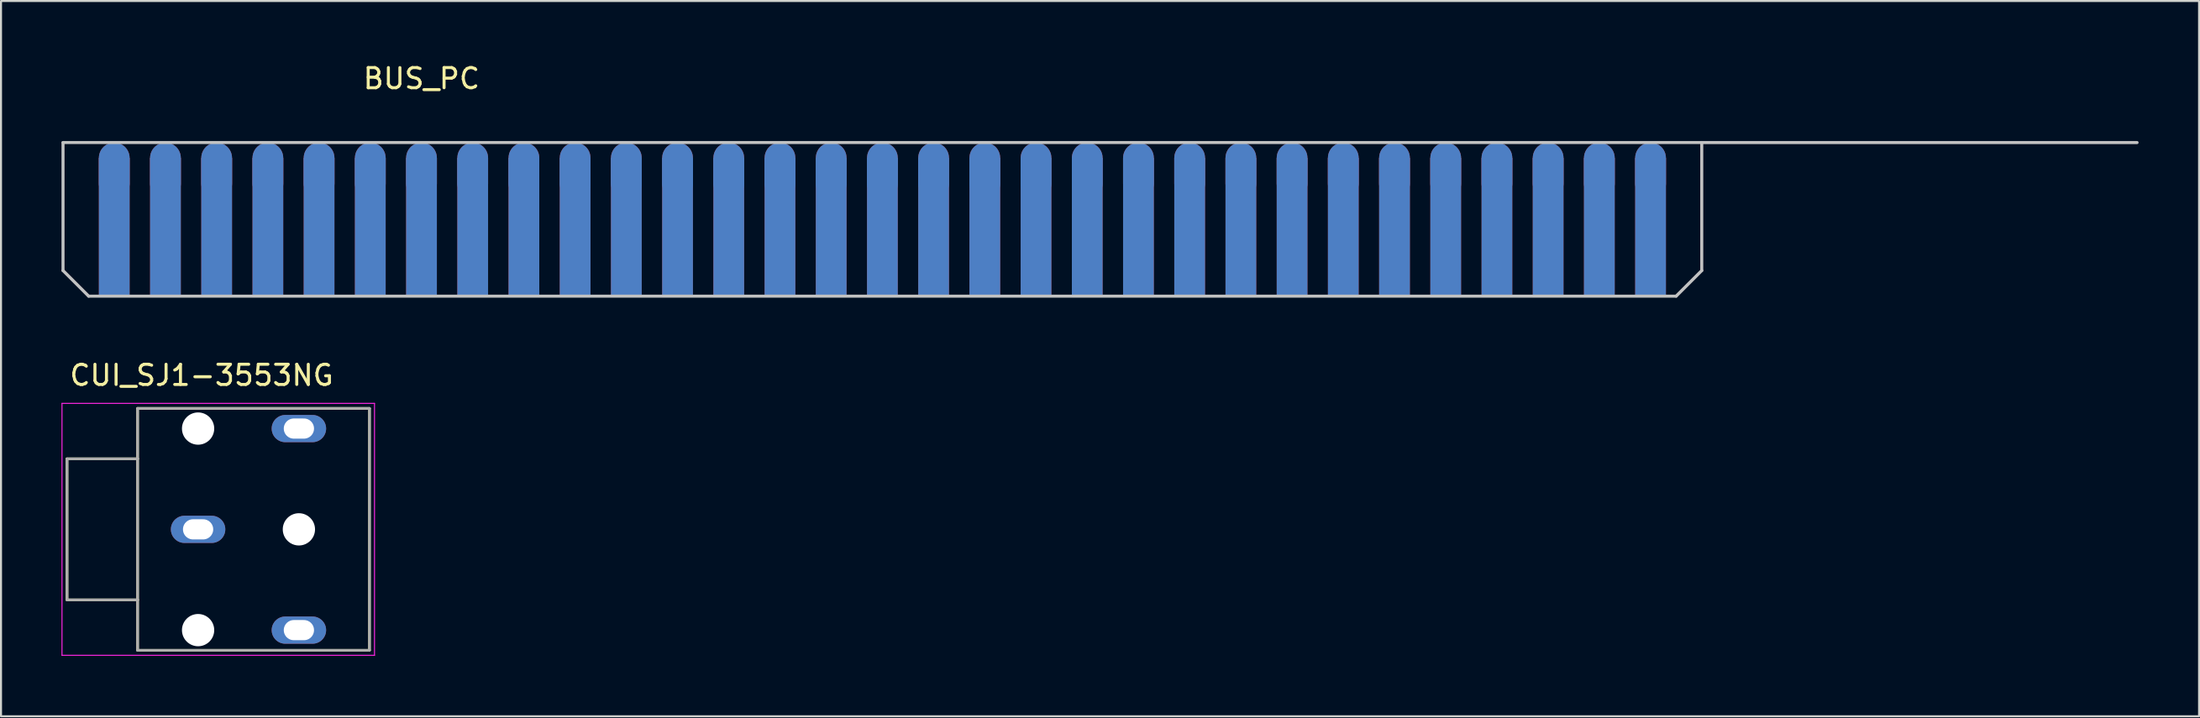
<source format=kicad_pcb>
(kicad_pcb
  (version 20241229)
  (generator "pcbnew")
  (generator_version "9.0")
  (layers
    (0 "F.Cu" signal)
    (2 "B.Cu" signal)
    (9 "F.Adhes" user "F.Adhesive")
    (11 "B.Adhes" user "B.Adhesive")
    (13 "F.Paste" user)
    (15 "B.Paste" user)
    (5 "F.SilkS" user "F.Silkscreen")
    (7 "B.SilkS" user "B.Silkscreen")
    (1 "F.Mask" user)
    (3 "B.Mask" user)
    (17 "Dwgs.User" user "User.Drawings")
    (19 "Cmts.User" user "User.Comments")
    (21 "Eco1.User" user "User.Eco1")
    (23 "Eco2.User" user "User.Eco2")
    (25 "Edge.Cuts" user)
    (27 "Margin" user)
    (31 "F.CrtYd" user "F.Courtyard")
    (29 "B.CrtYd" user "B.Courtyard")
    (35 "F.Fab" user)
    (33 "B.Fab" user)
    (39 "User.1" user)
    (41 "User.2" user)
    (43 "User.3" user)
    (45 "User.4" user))
  (footprint "BUS_PC"
    (layer "F.Cu")
    (at 40.716 7.833)
    (property "Reference" "BUS_PC" (at -22.86 -6.985 0) (layer "F.SilkS") (effects (font (size 1 1) (thickness 0.15))))
    (attr through_hole)
    (fp_line (start -38.1 -3.048) (end -38.1 -1.778) (stroke (width 1.524) (type solid)) (layer "F.Cu"))
    (fp_line (start -35.56 -3.048) (end -35.56 -1.778) (stroke (width 1.524) (type solid)) (layer "F.Cu"))
    (fp_line (start -33.02 -3.048) (end -33.02 -1.778) (stroke (width 1.524) (type solid)) (layer "F.Cu"))
    (fp_line (start -30.48 -3.048) (end -30.48 -1.778) (stroke (width 1.524) (type solid)) (layer "F.Cu"))
    (fp_line (start -27.94 -3.048) (end -27.94 -1.778) (stroke (width 1.524) (type solid)) (layer "F.Cu"))
    (fp_line (start -25.4 -3.048) (end -25.4 -1.778) (stroke (width 1.524) (type solid)) (layer "F.Cu"))
    (fp_line (start -22.86 -3.048) (end -22.86 -1.778) (stroke (width 1.524) (type solid)) (layer "F.Cu"))
    (fp_line (start -20.32 -3.048) (end -20.32 -1.778) (stroke (width 1.524) (type solid)) (layer "F.Cu"))
    (fp_line (start -17.78 -3.048) (end -17.78 -1.778) (stroke (width 1.524) (type solid)) (layer "F.Cu"))
    (fp_line (start -15.24 -3.048) (end -15.24 -1.778) (stroke (width 1.524) (type solid)) (layer "F.Cu"))
    (fp_line (start -12.7 -3.048) (end -12.7 -1.778) (stroke (width 1.524) (type solid)) (layer "F.Cu"))
    (fp_line (start -10.16 -3.048) (end -10.16 -1.778) (stroke (width 1.524) (type solid)) (layer "F.Cu"))
    (fp_line (start -7.62 -3.048) (end -7.62 -1.778) (stroke (width 1.524) (type solid)) (layer "F.Cu"))
    (fp_line (start -5.08 -3.048) (end -5.08 -1.778) (stroke (width 1.524) (type solid)) (layer "F.Cu"))
    (fp_line (start -2.54 -3.048) (end -2.54 -1.778) (stroke (width 1.524) (type solid)) (layer "F.Cu"))
    (fp_line (start 0 -3.048) (end 0 -1.778) (stroke (width 1.524) (type solid)) (layer "F.Cu"))
    (fp_line (start 2.54 -3.048) (end 2.54 -1.778) (stroke (width 1.524) (type solid)) (layer "F.Cu"))
    (fp_line (start 5.08 -3.048) (end 5.08 -1.778) (stroke (width 1.524) (type solid)) (layer "F.Cu"))
    (fp_line (start 7.62 -3.048) (end 7.62 -1.778) (stroke (width 1.524) (type solid)) (layer "F.Cu"))
    (fp_line (start 10.16 -3.048) (end 10.16 -1.778) (stroke (width 1.524) (type solid)) (layer "F.Cu"))
    (fp_line (start 12.7 -3.048) (end 12.7 -1.778) (stroke (width 1.524) (type solid)) (layer "F.Cu"))
    (fp_line (start 15.24 -3.048) (end 15.24 -1.778) (stroke (width 1.524) (type solid)) (layer "F.Cu"))
    (fp_line (start 17.78 -3.048) (end 17.78 -1.778) (stroke (width 1.524) (type solid)) (layer "F.Cu"))
    (fp_line (start 20.32 -3.048) (end 20.32 -1.778) (stroke (width 1.524) (type solid)) (layer "F.Cu"))
    (fp_line (start 22.86 -3.048) (end 22.86 -1.778) (stroke (width 1.524) (type solid)) (layer "F.Cu"))
    (fp_line (start 25.4 -3.048) (end 25.4 -1.778) (stroke (width 1.524) (type solid)) (layer "F.Cu"))
    (fp_line (start 27.94 -3.048) (end 27.94 -1.778) (stroke (width 1.524) (type solid)) (layer "F.Cu"))
    (fp_line (start 30.48 -3.048) (end 30.48 -1.778) (stroke (width 1.524) (type solid)) (layer "F.Cu"))
    (fp_line (start 33.02 -3.048) (end 33.02 -1.778) (stroke (width 1.524) (type solid)) (layer "F.Cu"))
    (fp_line (start 35.56 -3.048) (end 35.56 -1.778) (stroke (width 1.524) (type solid)) (layer "F.Cu"))
    (fp_line (start 38.1 -3.048) (end 38.1 -1.778) (stroke (width 1.524) (type solid)) (layer "F.Cu"))
    (fp_line (start -38.1 -3.048) (end -38.1 -1.778) (stroke (width 1.524) (type solid)) (layer "B.Cu"))
    (fp_line (start -35.56 -3.048) (end -35.56 -1.778) (stroke (width 1.524) (type solid)) (layer "B.Cu"))
    (fp_line (start -33.02 -3.048) (end -33.02 -1.778) (stroke (width 1.524) (type solid)) (layer "B.Cu"))
    (fp_line (start -30.48 -3.048) (end -30.48 -1.778) (stroke (width 1.524) (type solid)) (layer "B.Cu"))
    (fp_line (start -27.94 -3.048) (end -27.94 -1.778) (stroke (width 1.524) (type solid)) (layer "B.Cu"))
    (fp_line (start -25.4 -3.048) (end -25.4 -1.778) (stroke (width 1.524) (type solid)) (layer "B.Cu"))
    (fp_line (start -22.86 -3.048) (end -22.86 -1.778) (stroke (width 1.524) (type solid)) (layer "B.Cu"))
    (fp_line (start -20.32 -3.048) (end -20.32 -1.778) (stroke (width 1.524) (type solid)) (layer "B.Cu"))
    (fp_line (start -17.78 -3.048) (end -17.78 -1.778) (stroke (width 1.524) (type solid)) (layer "B.Cu"))
    (fp_line (start -15.24 -3.048) (end -15.24 -1.778) (stroke (width 1.524) (type solid)) (layer "B.Cu"))
    (fp_line (start -12.7 -3.048) (end -12.7 -1.778) (stroke (width 1.524) (type solid)) (layer "B.Cu"))
    (fp_line (start -10.16 -3.048) (end -10.16 -1.778) (stroke (width 1.524) (type solid)) (layer "B.Cu"))
    (fp_line (start -7.62 -3.048) (end -7.62 -1.778) (stroke (width 1.524) (type solid)) (layer "B.Cu"))
    (fp_line (start -5.08 -3.048) (end -5.08 -1.778) (stroke (width 1.524) (type solid)) (layer "B.Cu"))
    (fp_line (start -2.54 -3.048) (end -2.54 -1.778) (stroke (width 1.524) (type solid)) (layer "B.Cu"))
    (fp_line (start 0 -3.048) (end 0 -1.778) (stroke (width 1.524) (type solid)) (layer "B.Cu"))
    (fp_line (start 2.54 -3.048) (end 2.54 -1.778) (stroke (width 1.524) (type solid)) (layer "B.Cu"))
    (fp_line (start 5.08 -3.048) (end 5.08 -1.778) (stroke (width 1.524) (type solid)) (layer "B.Cu"))
    (fp_line (start 7.62 -3.048) (end 7.62 -1.778) (stroke (width 1.524) (type solid)) (layer "B.Cu"))
    (fp_line (start 10.16 -3.048) (end 10.16 -1.778) (stroke (width 1.524) (type solid)) (layer "B.Cu"))
    (fp_line (start 12.7 -3.048) (end 12.7 -1.778) (stroke (width 1.524) (type solid)) (layer "B.Cu"))
    (fp_line (start 15.24 -3.048) (end 15.24 -1.778) (stroke (width 1.524) (type solid)) (layer "B.Cu"))
    (fp_line (start 17.78 -3.048) (end 17.78 -1.778) (stroke (width 1.524) (type solid)) (layer "B.Cu"))
    (fp_line (start 20.32 -3.048) (end 20.32 -1.778) (stroke (width 1.524) (type solid)) (layer "B.Cu"))
    (fp_line (start 22.86 -3.048) (end 22.86 -1.778) (stroke (width 1.524) (type solid)) (layer "B.Cu"))
    (fp_line (start 25.4 -3.048) (end 25.4 -1.778) (stroke (width 1.524) (type solid)) (layer "B.Cu"))
    (fp_line (start 27.94 -3.048) (end 27.94 -1.778) (stroke (width 1.524) (type solid)) (layer "B.Cu"))
    (fp_line (start 30.48 -3.048) (end 30.48 -1.778) (stroke (width 1.524) (type solid)) (layer "B.Cu"))
    (fp_line (start 33.02 -3.048) (end 33.02 -1.778) (stroke (width 1.524) (type solid)) (layer "B.Cu"))
    (fp_line (start 35.56 -3.048) (end 35.56 -1.778) (stroke (width 1.524) (type solid)) (layer "B.Cu"))
    (fp_line (start 38.1 -3.048) (end 38.1 -1.778) (stroke (width 1.524) (type solid)) (layer "B.Cu"))
    (fp_line (start -40.64 -3.81) (end 40.64 -3.81) (stroke (width 0.15) (type solid)) (layer "Dwgs.User"))
    (fp_line (start -40.64 2.54) (end -40.64 -3.81) (stroke (width 0.15) (type solid)) (layer "Dwgs.User"))
    (fp_line (start -39.37 3.81) (end -40.64 2.54) (stroke (width 0.152) (type solid)) (layer "Dwgs.User"))
    (fp_line (start 39.37 3.81) (end -39.37 3.81) (stroke (width 0.15) (type solid)) (layer "Dwgs.User"))
    (fp_line (start 40.64 -3.81) (end 40.64 2.54) (stroke (width 0.15) (type solid)) (layer "Dwgs.User"))
    (fp_line (start 40.64 2.54) (end 39.37 3.81) (stroke (width 0.152) (type solid)) (layer "Dwgs.User"))
    (fp_line (start 62.23 -3.81) (end 40.64 -3.81) (stroke (width 0.152) (type solid)) (layer "Dwgs.User"))
    (pad "1" connect rect (at 38.1 0.381) (size 1.524 6.858) (layers "B.Cu" "B.Mask"))
    (pad "2" connect rect (at 35.56 0.381) (size 1.524 6.858) (layers "B.Cu" "B.Mask"))
    (pad "3" connect rect (at 33.02 0.381) (size 1.524 6.858) (layers "B.Cu" "B.Mask"))
    (pad "4" connect rect (at 30.48 0.381) (size 1.524 6.858) (layers "B.Cu" "B.Mask"))
    (pad "5" connect rect (at 27.94 0.381) (size 1.524 6.858) (layers "B.Cu" "B.Mask"))
    (pad "6" connect rect (at 25.4 0.381) (size 1.524 6.858) (layers "B.Cu" "B.Mask"))
    (pad "7" connect rect (at 22.86 0.381) (size 1.524 6.858) (layers "B.Cu" "B.Mask"))
    (pad "8" connect rect (at 20.32 0.381) (size 1.524 6.858) (layers "B.Cu" "B.Mask"))
    (pad "9" connect rect (at 17.78 0.381) (size 1.524 6.858) (layers "B.Cu" "B.Mask"))
    (pad "10" connect rect (at 15.24 0.381) (size 1.524 6.858) (layers "B.Cu" "B.Mask"))
    (pad "11" connect rect (at 12.7 0.381) (size 1.524 6.858) (layers "B.Cu" "B.Mask"))
    (pad "12" connect rect (at 10.16 0.381) (size 1.524 6.858) (layers "B.Cu" "B.Mask"))
    (pad "13" connect rect (at 7.62 0.381) (size 1.524 6.858) (layers "B.Cu" "B.Mask"))
    (pad "14" connect rect (at 5.08 0.381) (size 1.524 6.858) (layers "B.Cu" "B.Mask"))
    (pad "15" connect rect (at 2.54 0.381) (size 1.524 6.858) (layers "B.Cu" "B.Mask"))
    (pad "16" connect rect (at 0 0.381) (size 1.524 6.858) (layers "B.Cu" "B.Mask"))
    (pad "17" connect rect (at -2.54 0.381) (size 1.524 6.858) (layers "B.Cu" "B.Mask"))
    (pad "18" connect rect (at -5.08 0.381) (size 1.524 6.858) (layers "B.Cu" "B.Mask"))
    (pad "19" connect rect (at -7.62 0.381) (size 1.524 6.858) (layers "B.Cu" "B.Mask"))
    (pad "20" connect rect (at -10.16 0.381) (size 1.524 6.858) (layers "B.Cu" "B.Mask"))
    (pad "21" connect rect (at -12.7 0.381) (size 1.524 6.858) (layers "B.Cu" "B.Mask"))
    (pad "22" connect rect (at -15.24 0.381) (size 1.524 6.858) (layers "B.Cu" "B.Mask"))
    (pad "23" connect rect (at -17.78 0.381) (size 1.524 6.858) (layers "B.Cu" "B.Mask"))
    (pad "24" connect rect (at -20.32 0.381) (size 1.524 6.858) (layers "B.Cu" "B.Mask"))
    (pad "25" connect rect (at -22.86 0.381) (size 1.524 6.858) (layers "B.Cu" "B.Mask"))
    (pad "26" connect rect (at -25.4 0.381) (size 1.524 6.858) (layers "B.Cu" "B.Mask"))
    (pad "27" connect rect (at -27.94 0.381) (size 1.524 6.858) (layers "B.Cu" "B.Mask"))
    (pad "28" connect rect (at -30.48 0.381) (size 1.524 6.858) (layers "B.Cu" "B.Mask"))
    (pad "29" connect rect (at -33.02 0.381) (size 1.524 6.858) (layers "B.Cu" "B.Mask"))
    (pad "30" connect rect (at -35.56 0.381) (size 1.524 6.858) (layers "B.Cu" "B.Mask"))
    (pad "31" connect rect (at -38.1 0.381) (size 1.524 6.858) (layers "B.Cu" "B.Mask"))
    (pad "32" connect rect (at 38.1 0.381) (size 1.524 6.858) (layers "F.Cu" "F.Mask"))
    (pad "33" connect rect (at 35.56 0.381) (size 1.524 6.858) (layers "F.Cu" "F.Mask"))
    (pad "34" connect rect (at 33.02 0.381) (size 1.524 6.858) (layers "F.Cu" "F.Mask"))
    (pad "35" connect rect (at 30.48 0.381) (size 1.524 6.858) (layers "F.Cu" "F.Mask"))
    (pad "36" connect rect (at 27.94 0.381) (size 1.524 6.858) (layers "F.Cu" "F.Mask"))
    (pad "37" connect rect (at 25.4 0.381) (size 1.524 6.858) (layers "F.Cu" "F.Mask"))
    (pad "38" connect rect (at 22.86 0.381) (size 1.524 6.858) (layers "F.Cu" "F.Mask"))
    (pad "39" connect rect (at 20.32 0.381) (size 1.524 6.858) (layers "F.Cu" "F.Mask"))
    (pad "40" connect rect (at 17.78 0.381) (size 1.524 6.858) (layers "F.Cu" "F.Mask"))
    (pad "41" connect rect (at 15.24 0.381) (size 1.524 6.858) (layers "F.Cu" "F.Mask"))
    (pad "42" connect rect (at 12.7 0.381) (size 1.524 6.858) (layers "F.Cu" "F.Mask"))
    (pad "43" connect rect (at 10.16 0.381) (size 1.524 6.858) (layers "F.Cu" "F.Mask"))
    (pad "44" connect rect (at 7.62 0.381) (size 1.524 6.858) (layers "F.Cu" "F.Mask"))
    (pad "45" connect rect (at 5.08 0.381) (size 1.524 6.858) (layers "F.Cu" "F.Mask"))
    (pad "46" connect rect (at 2.54 0.381) (size 1.524 6.858) (layers "F.Cu" "F.Mask"))
    (pad "47" connect rect (at 0 0.381) (size 1.524 6.858) (layers "F.Cu" "F.Mask"))
    (pad "48" connect rect (at -2.54 0.381) (size 1.524 6.858) (layers "F.Cu" "F.Mask"))
    (pad "49" connect rect (at -5.08 0.381) (size 1.524 6.858) (layers "F.Cu" "F.Mask"))
    (pad "50" connect rect (at -7.62 0.381) (size 1.524 6.858) (layers "F.Cu" "F.Mask"))
    (pad "51" connect rect (at -10.16 0.381) (size 1.524 6.858) (layers "F.Cu" "F.Mask"))
    (pad "52" connect rect (at -12.7 0.381) (size 1.524 6.858) (layers "F.Cu" "F.Mask"))
    (pad "53" connect rect (at -15.24 0.381) (size 1.524 6.858) (layers "F.Cu" "F.Mask"))
    (pad "54" connect rect (at -17.78 0.381) (size 1.524 6.858) (layers "F.Cu" "F.Mask"))
    (pad "55" connect rect (at -20.32 0.381) (size 1.524 6.858) (layers "F.Cu" "F.Mask"))
    (pad "56" connect rect (at -22.86 0.381) (size 1.524 6.858) (layers "F.Cu" "F.Mask"))
    (pad "57" connect rect (at -25.4 0.381) (size 1.524 6.858) (layers "F.Cu" "F.Mask"))
    (pad "58" connect rect (at -27.94 0.381) (size 1.524 6.858) (layers "F.Cu" "F.Mask"))
    (pad "59" connect rect (at -30.48 0.381) (size 1.524 6.858) (layers "F.Cu" "F.Mask"))
    (pad "60" connect rect (at -33.02 0.381) (size 1.524 6.858) (layers "F.Cu" "F.Mask"))
    (pad "61" connect rect (at -35.56 0.381) (size 1.524 6.858) (layers "F.Cu" "F.Mask"))
    (pad "62" connect rect (at -38.1 0.381) (size 1.524 6.858) (layers "F.Cu" "F.Mask")))
  (footprint "CUI_SJ1-3553NG"
    (layer "F.Cu")
    (at 6.775 23.213)
    (property "Reference" "CUI_SJ1-3553NG" (at 0.175 -7.645 0) (layer "F.SilkS") (effects (font (size 1.001 1.001) (thickness 0.15))))
    (attr through_hole)
    (fp_line (start -6.5 -3.5) (end -3 -3.5) (stroke (width 0.127) (type solid)) (layer "F.SilkS"))
    (fp_line (start -6.5 3.5) (end -6.5 -3.5) (stroke (width 0.127) (type solid)) (layer "F.SilkS"))
    (fp_line (start -3 -6) (end 8.5 -6) (stroke (width 0.127) (type solid)) (layer "F.SilkS"))
    (fp_line (start -3 -3.5) (end -3 -6) (stroke (width 0.127) (type solid)) (layer "F.SilkS"))
    (fp_line (start -3 -3.5) (end -3 3.5) (stroke (width 0.127) (type solid)) (layer "F.SilkS"))
    (fp_line (start -3 3.5) (end -6.5 3.5) (stroke (width 0.127) (type solid)) (layer "F.SilkS"))
    (fp_line (start -3 6) (end -3 3.5) (stroke (width 0.127) (type solid)) (layer "F.SilkS"))
    (fp_line (start 8.5 -6) (end 8.5 6) (stroke (width 0.127) (type solid)) (layer "F.SilkS"))
    (fp_line (start 8.5 6) (end -3 6) (stroke (width 0.127) (type solid)) (layer "F.SilkS"))
    (fp_line (start -6.75 -6.25) (end 8.75 -6.25) (stroke (width 0.05) (type solid)) (layer "F.CrtYd"))
    (fp_line (start -6.75 6.25) (end -6.75 -6.25) (stroke (width 0.05) (type solid)) (layer "F.CrtYd"))
    (fp_line (start 8.75 -6.25) (end 8.75 6.25) (stroke (width 0.05) (type solid)) (layer "F.CrtYd"))
    (fp_line (start 8.75 6.25) (end -6.75 6.25) (stroke (width 0.05) (type solid)) (layer "F.CrtYd"))
    (fp_line (start -6.5 -3.5) (end -3 -3.5) (stroke (width 0.127) (type solid)) (layer "F.Fab"))
    (fp_line (start -6.5 3.5) (end -6.5 -3.5) (stroke (width 0.127) (type solid)) (layer "F.Fab"))
    (fp_line (start -3 -6) (end 8.5 -6) (stroke (width 0.127) (type solid)) (layer "F.Fab"))
    (fp_line (start -3 -3.5) (end -3 -6) (stroke (width 0.127) (type solid)) (layer "F.Fab"))
    (fp_line (start -3 -3.5) (end -3 3.5) (stroke (width 0.127) (type solid)) (layer "F.Fab"))
    (fp_line (start -3 3.5) (end -6.5 3.5) (stroke (width 0.127) (type solid)) (layer "F.Fab"))
    (fp_line (start -3 6) (end -3 3.5) (stroke (width 0.127) (type solid)) (layer "F.Fab"))
    (fp_line (start 8.5 -6) (end 8.5 6) (stroke (width 0.127) (type solid)) (layer "F.Fab"))
    (fp_line (start 8.5 6) (end -3 6) (stroke (width 0.127) (type solid)) (layer "F.Fab"))
    (pad "" np_thru_hole circle (at 0 -5) (size 1.6 1.6) (drill 1.6) (layers "*.Cu" "*.Mask"))
    (pad "" np_thru_hole circle (at 0 5) (size 1.6 1.6) (drill 1.6) (layers "*.Cu" "*.Mask"))
    (pad "" np_thru_hole circle (at 5 0) (size 1.6 1.6) (drill 1.6) (layers "*.Cu" "*.Mask"))
    (pad "1" thru_hole oval (at 0 0) (size 2.7 1.35) (drill oval 1.5 1) (layers "*.Cu" "*.Mask"))
    (pad "2" thru_hole oval (at 5 5) (size 2.7 1.35) (drill oval 1.5 1) (layers "*.Cu" "*.Mask"))
    (pad "3" thru_hole oval (at 5 -5) (size 2.7 1.35) (drill oval 1.5 1) (layers "*.Cu" "*.Mask")))
  (gr_rect
    (start -3 -3)
    (end 106.022 32.488)
    (stroke (width 0.1) (type default))
    (fill no)
    (layer "Edge.Cuts")))
</source>
